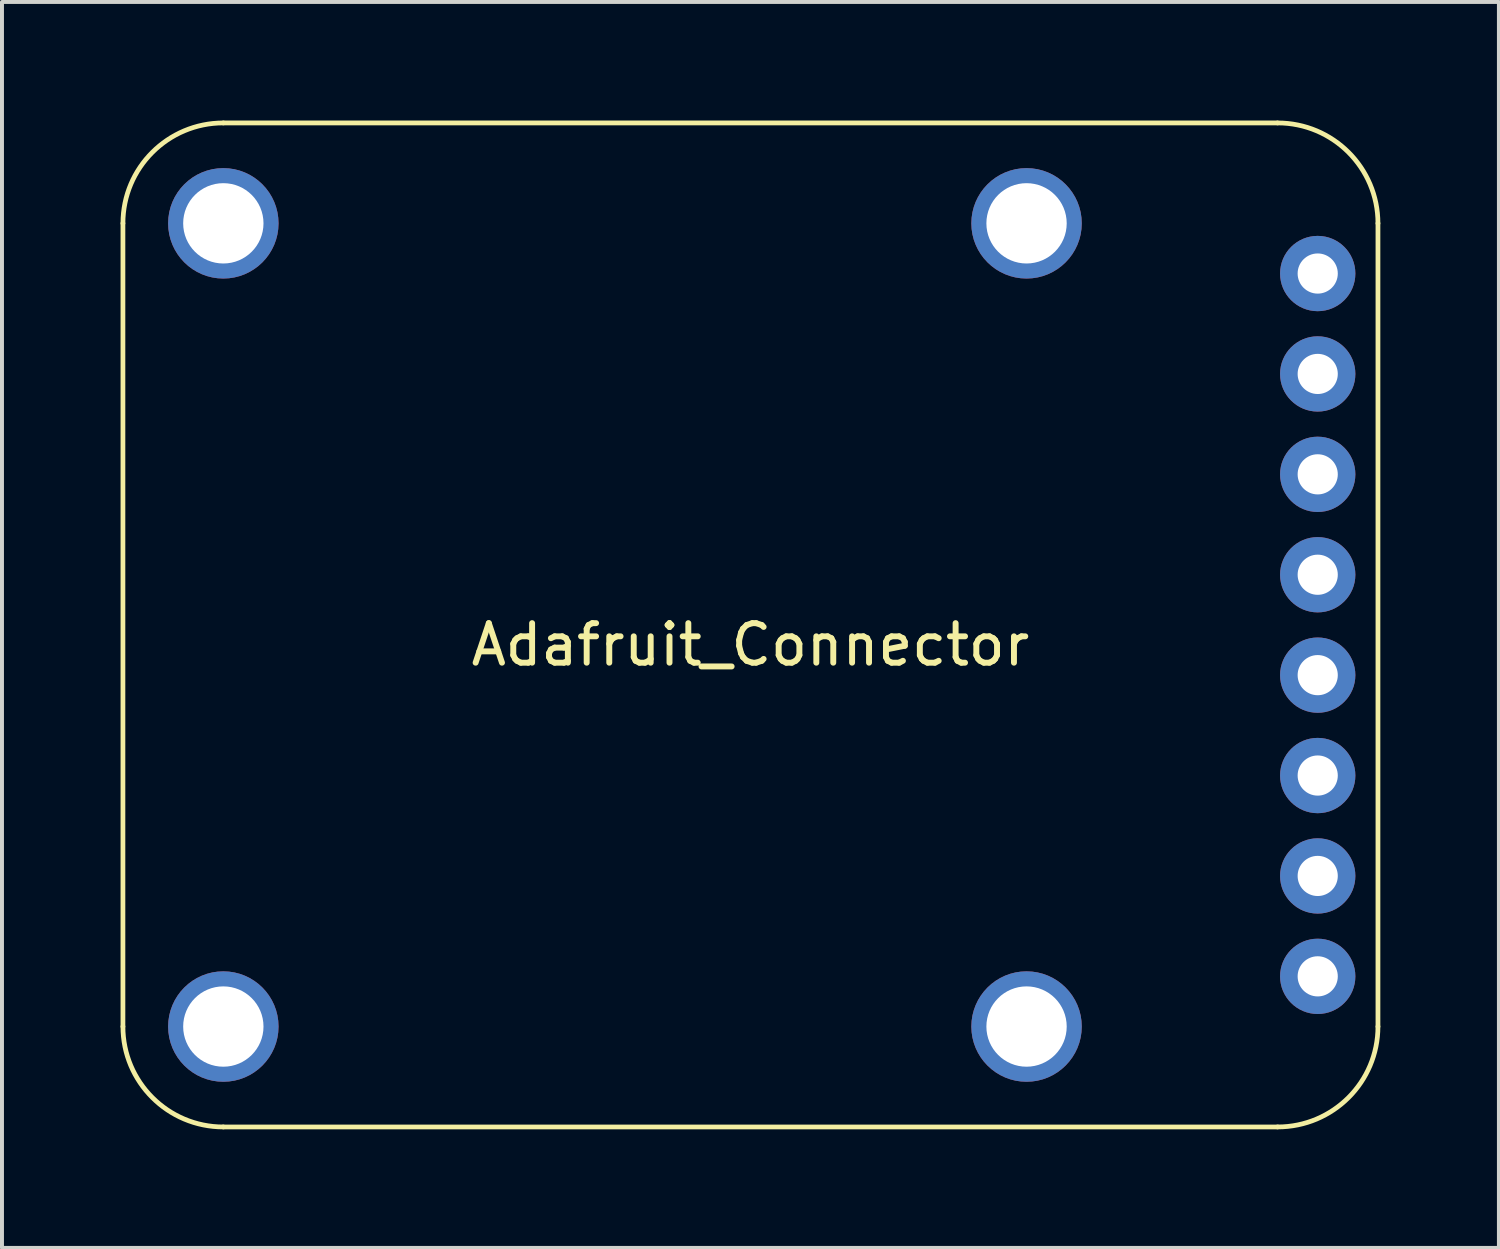
<source format=kicad_pcb>
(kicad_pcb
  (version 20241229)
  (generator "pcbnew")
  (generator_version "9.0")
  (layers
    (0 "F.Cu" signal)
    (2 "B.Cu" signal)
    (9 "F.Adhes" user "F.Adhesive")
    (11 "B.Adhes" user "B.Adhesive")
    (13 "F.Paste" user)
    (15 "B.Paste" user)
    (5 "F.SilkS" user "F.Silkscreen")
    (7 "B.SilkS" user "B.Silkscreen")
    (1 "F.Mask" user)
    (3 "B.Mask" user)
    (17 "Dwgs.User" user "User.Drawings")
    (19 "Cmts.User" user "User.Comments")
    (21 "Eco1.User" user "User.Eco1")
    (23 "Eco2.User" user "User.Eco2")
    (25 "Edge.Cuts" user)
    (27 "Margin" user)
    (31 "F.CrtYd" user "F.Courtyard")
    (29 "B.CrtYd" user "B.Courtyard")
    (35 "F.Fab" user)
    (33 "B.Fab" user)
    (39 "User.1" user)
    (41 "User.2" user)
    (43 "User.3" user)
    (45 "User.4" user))
  (footprint "Adafruit_Connector"
    (layer "F.Cu")
    (at 15.935 12.76)
    (property "Reference" "Adafruit_Connector" (at 0 0.5 0) (layer "F.SilkS") (effects (font (size 1 1) (thickness 0.15))))
    (attr through_hole)
    (fp_line (start -15.875 -10.16) (end -15.875 10.16) (stroke (width 0.12) (type solid)) (layer "F.SilkS"))
    (fp_line (start -13.335 -12.7) (end 13.335 -12.7) (stroke (width 0.12) (type solid)) (layer "F.SilkS"))
    (fp_line (start -13.335 12.7) (end 13.335 12.7) (stroke (width 0.12) (type solid)) (layer "F.SilkS"))
    (fp_line (start 15.875 -10.16) (end 15.875 10.16) (stroke (width 0.12) (type solid)) (layer "F.SilkS"))
    (fp_arc (start -15.875 -10.16) (mid -15.131051 -11.956051) (end -13.335 -12.7) (stroke (width 0.12) (type solid)) (layer "F.SilkS"))
    (fp_arc (start -13.335 12.7) (mid -15.131051 11.956051) (end -15.875 10.16) (stroke (width 0.12) (type solid)) (layer "F.SilkS"))
    (fp_arc (start 13.335 -12.7) (mid 15.131051 -11.956051) (end 15.875 -10.16) (stroke (width 0.12) (type solid)) (layer "F.SilkS"))
    (fp_arc (start 15.875 10.16) (mid 15.131051 11.956051) (end 13.335 12.7) (stroke (width 0.12) (type solid)) (layer "F.SilkS"))
    (pad "" np_thru_hole circle (at -13.335 -10.16) (size 2.794 2.794) (drill 2.032) (layers "*.Cu" "*.Mask"))
    (pad "" np_thru_hole circle (at -13.335 10.16) (size 2.794 2.794) (drill 2.032) (layers "*.Cu" "*.Mask"))
    (pad "" np_thru_hole circle (at 6.985 -10.16) (size 2.794 2.794) (drill 2.032) (layers "*.Cu" "*.Mask"))
    (pad "" np_thru_hole circle (at 6.985 10.16) (size 2.794 2.794) (drill 2.032) (layers "*.Cu" "*.Mask"))
    (pad "1" thru_hole circle (at 14.351 8.89) (size 1.905 1.905) (drill 1.016) (layers "*.Cu" "*.Mask"))
    (pad "2" thru_hole circle (at 14.351 6.35) (size 1.905 1.905) (drill 1.016) (layers "*.Cu" "*.Mask"))
    (pad "3" thru_hole circle (at 14.351 3.81) (size 1.905 1.905) (drill 1.016) (layers "*.Cu" "*.Mask"))
    (pad "4" thru_hole circle (at 14.351 1.27) (size 1.905 1.905) (drill 1.016) (layers "*.Cu" "*.Mask"))
    (pad "5" thru_hole circle (at 14.351 -1.27) (size 1.905 1.905) (drill 1.016) (layers "*.Cu" "*.Mask"))
    (pad "6" thru_hole circle (at 14.351 -3.81) (size 1.905 1.905) (drill 1.016) (layers "*.Cu" "*.Mask"))
    (pad "7" thru_hole circle (at 14.351 -6.35) (size 1.905 1.905) (drill 1.016) (layers "*.Cu" "*.Mask"))
    (pad "8" thru_hole circle (at 14.351 -8.89) (size 1.905 1.905) (drill 1.016) (layers "*.Cu" "*.Mask")))
  (gr_rect
    (start -3 -3)
    (end 34.87 28.52)
    (stroke (width 0.1) (type default))
    (fill no)
    (layer "Edge.Cuts")))
</source>
